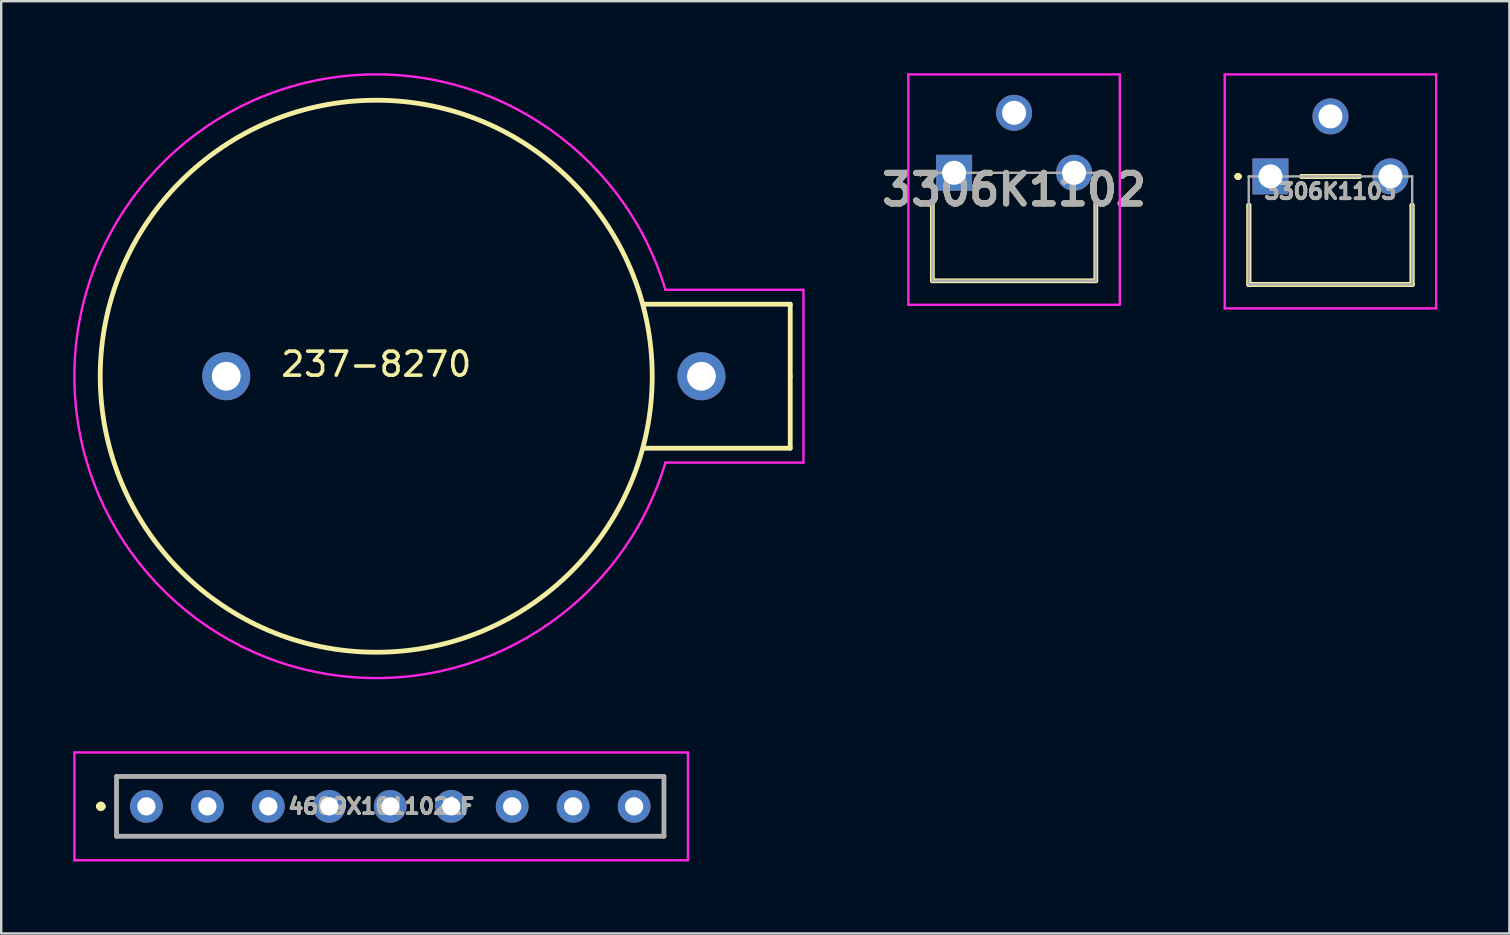
<source format=kicad_pcb>
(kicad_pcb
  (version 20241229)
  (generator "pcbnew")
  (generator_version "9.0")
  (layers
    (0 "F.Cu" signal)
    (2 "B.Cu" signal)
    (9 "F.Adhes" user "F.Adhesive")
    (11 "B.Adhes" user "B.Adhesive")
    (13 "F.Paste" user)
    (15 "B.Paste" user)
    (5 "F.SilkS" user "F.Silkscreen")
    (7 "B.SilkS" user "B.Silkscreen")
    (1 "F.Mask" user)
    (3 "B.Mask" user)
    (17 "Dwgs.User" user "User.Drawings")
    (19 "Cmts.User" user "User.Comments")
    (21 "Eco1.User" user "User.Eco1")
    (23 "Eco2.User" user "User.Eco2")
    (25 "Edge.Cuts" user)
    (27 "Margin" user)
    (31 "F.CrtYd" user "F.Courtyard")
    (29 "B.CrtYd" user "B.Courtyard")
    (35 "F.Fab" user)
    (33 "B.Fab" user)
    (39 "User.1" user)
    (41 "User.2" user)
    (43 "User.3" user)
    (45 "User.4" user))
  (footprint "237-8270"
    (layer "F.Cu")
    (at 12.626 12.626)
    (property "Reference" "237-8270" (at 0 -0.5 0) (unlocked yes) (layer "F.SilkS") (effects (font (size 1 1) (thickness 0.15))))
    (attr through_hole)
    (fp_line (start 17.25 -3) (end 11.2 -3) (stroke (width 0.2) (type default)) (layer "F.SilkS"))
    (fp_line (start 17.25 0) (end 17.25 -3) (stroke (width 0.2) (type default)) (layer "F.SilkS"))
    (fp_line (start 17.25 3) (end 11.2 3) (stroke (width 0.2) (type default)) (layer "F.SilkS"))
    (fp_line (start 17.25 3) (end 17.25 0) (stroke (width 0.2) (type default)) (layer "F.SilkS"))
    (fp_circle (center 0 0) (end 11.5 0) (stroke (width 0.2) (type default)) (fill no) (layer "F.SilkS"))
    (fp_line (start 12.05 -3.6) (end 17.8 -3.6) (stroke (width 0.1) (type default)) (layer "F.CrtYd"))
    (fp_line (start 17.8 -3.6) (end 17.8 3.6) (stroke (width 0.1) (type default)) (layer "F.CrtYd"))
    (fp_line (start 17.8 3.6) (end 12.05 3.6) (stroke (width 0.1) (type default)) (layer "F.CrtYd"))
    (fp_arc (start 12.05 3.6) (mid -12.576267 0) (end 12.05 -3.6) (stroke (width 0.1) (type default)) (layer "F.CrtYd"))
    (pad "1" thru_hole circle (at 13.55 0) (size 2 2) (drill 1.2) (layers "*.Cu" "*.Mask"))
    (pad "2" thru_hole circle (at -6.25 0) (size 2 2) (drill 1.2) (layers "*.Cu" "*.Mask")))
  (footprint "3306K1102"
    (layer "F.Cu")
    (at 36.703 4.15)
    (property "Reference" "3306K1102" (at 2.5 0.7 0) (layer "F.SilkS") (effects (font (size 1.27 1.27) (thickness 0.254))))
    (attr through_hole)
    (fp_line (start -1.4 0) (end -1.4 0) (stroke (width 0.1) (type solid)) (layer "F.SilkS"))
    (fp_line (start -1.4 0.1) (end -1.4 0.1) (stroke (width 0.1) (type solid)) (layer "F.SilkS"))
    (fp_line (start -0.905 1.3) (end -0.905 4.5) (stroke (width 0.2) (type solid)) (layer "F.SilkS"))
    (fp_line (start -0.905 4.5) (end 5.905 4.5) (stroke (width 0.2) (type solid)) (layer "F.SilkS"))
    (fp_line (start 5.905 4.5) (end 5.905 1.3) (stroke (width 0.2) (type solid)) (layer "F.SilkS"))
    (fp_arc (start -1.4 0) (mid -1.35 0.05) (end -1.4 0.1) (stroke (width 0.1) (type solid)) (layer "F.SilkS"))
    (fp_arc (start -1.4 0.1) (mid -1.45 0.05) (end -1.4 0) (stroke (width 0.1) (type solid)) (layer "F.SilkS"))
    (fp_line (start -1.905 -4.1) (end 6.905 -4.1) (stroke (width 0.1) (type solid)) (layer "F.CrtYd"))
    (fp_line (start -1.905 5.5) (end -1.905 -4.1) (stroke (width 0.1) (type solid)) (layer "F.CrtYd"))
    (fp_line (start 6.905 -4.1) (end 6.905 5.5) (stroke (width 0.1) (type solid)) (layer "F.CrtYd"))
    (fp_line (start 6.905 5.5) (end -1.905 5.5) (stroke (width 0.1) (type solid)) (layer "F.CrtYd"))
    (fp_line (start -0.905 0) (end 5.905 0) (stroke (width 0.1) (type solid)) (layer "F.Fab"))
    (fp_line (start -0.905 4.5) (end -0.905 0) (stroke (width 0.1) (type solid)) (layer "F.Fab"))
    (fp_line (start 5.905 0) (end 5.905 4.5) (stroke (width 0.1) (type solid)) (layer "F.Fab"))
    (fp_line (start 5.905 4.5) (end -0.905 4.5) (stroke (width 0.1) (type solid)) (layer "F.Fab"))
    (fp_text user "${REFERENCE}" (at 2.5 0.7 0) (layer "F.Fab") (effects (font (size 1.27 1.27) (thickness 0.254))))
    (pad "1" thru_hole rect (at 0 0) (size 1.5 1.5) (drill 1) (layers "*.Cu" "*.Mask"))
    (pad "2" thru_hole circle (at 2.5 -2.5) (size 1.5 1.5) (drill 1) (layers "*.Cu" "*.Mask"))
    (pad "3" thru_hole circle (at 5 0) (size 1.5 1.5) (drill 1) (layers "*.Cu" "*.Mask")))
  (footprint "3306K1103"
    (layer "F.Cu")
    (at 49.885 4.3)
    (property "Reference" "3306K1103" (at 2.5 0.625 0) (layer "F.SilkS") (effects (font (size 0.635 0.635) (thickness 0.15))))
    (attr through_hole)
    (fp_line (start -1.4 0) (end -1.4 0) (stroke (width 0.2) (type solid)) (layer "F.SilkS"))
    (fp_line (start -1.4 0) (end -1.4 0) (stroke (width 0.2) (type solid)) (layer "F.SilkS"))
    (fp_line (start -1.3 0) (end -1.3 0) (stroke (width 0.2) (type solid)) (layer "F.SilkS"))
    (fp_line (start -0.905 4.5) (end -0.905 4.5) (stroke (width 0.2) (type solid)) (layer "F.SilkS"))
    (fp_line (start -0.905 4.5) (end 5.905 4.5) (stroke (width 0.2) (type solid)) (layer "F.SilkS"))
    (fp_line (start -0.9 1.2) (end -0.9 1.2) (stroke (width 0.2) (type solid)) (layer "F.SilkS"))
    (fp_line (start -0.9 1.2) (end -0.9 4.4) (stroke (width 0.2) (type solid)) (layer "F.SilkS"))
    (fp_line (start -0.9 4.4) (end -0.9 1.2) (stroke (width 0.2) (type solid)) (layer "F.SilkS"))
    (fp_line (start -0.9 4.4) (end -0.9 4.4) (stroke (width 0.2) (type solid)) (layer "F.SilkS"))
    (fp_line (start 1.3 0) (end 1.3 0) (stroke (width 0.2) (type solid)) (layer "F.SilkS"))
    (fp_line (start 1.3 0) (end 3.7 0) (stroke (width 0.2) (type solid)) (layer "F.SilkS"))
    (fp_line (start 3.7 0) (end 1.3 0) (stroke (width 0.2) (type solid)) (layer "F.SilkS"))
    (fp_line (start 3.7 0) (end 3.7 0) (stroke (width 0.2) (type solid)) (layer "F.SilkS"))
    (fp_line (start 5.9 1.2) (end 5.9 1.2) (stroke (width 0.2) (type solid)) (layer "F.SilkS"))
    (fp_line (start 5.9 1.2) (end 5.9 4.5) (stroke (width 0.2) (type solid)) (layer "F.SilkS"))
    (fp_line (start 5.9 4.5) (end 5.9 1.2) (stroke (width 0.2) (type solid)) (layer "F.SilkS"))
    (fp_line (start 5.9 4.5) (end 5.9 4.5) (stroke (width 0.2) (type solid)) (layer "F.SilkS"))
    (fp_line (start 5.905 4.5) (end -0.905 4.5) (stroke (width 0.2) (type solid)) (layer "F.SilkS"))
    (fp_line (start 5.905 4.5) (end 5.905 4.5) (stroke (width 0.2) (type solid)) (layer "F.SilkS"))
    (fp_arc (start -1.4 0) (mid -1.35 -0.05) (end -1.3 0) (stroke (width 0.2) (type solid)) (layer "F.SilkS"))
    (fp_arc (start -1.3 0) (mid -1.35 0.05) (end -1.4 0) (stroke (width 0.2) (type solid)) (layer "F.SilkS"))
    (fp_arc (start -1.3 0) (mid -1.35 0.05) (end -1.4 0) (stroke (width 0.2) (type solid)) (layer "F.SilkS"))
    (fp_line (start -1.905 -4.25) (end 6.905 -4.25) (stroke (width 0.1) (type solid)) (layer "F.CrtYd"))
    (fp_line (start -1.905 5.5) (end -1.905 -4.25) (stroke (width 0.1) (type solid)) (layer "F.CrtYd"))
    (fp_line (start 6.905 -4.25) (end 6.905 5.5) (stroke (width 0.1) (type solid)) (layer "F.CrtYd"))
    (fp_line (start 6.905 5.5) (end -1.905 5.5) (stroke (width 0.1) (type solid)) (layer "F.CrtYd"))
    (fp_line (start -0.905 0) (end -0.905 4.5) (stroke (width 0.1) (type solid)) (layer "F.Fab"))
    (fp_line (start -0.905 4.5) (end 5.905 4.5) (stroke (width 0.1) (type solid)) (layer "F.Fab"))
    (fp_line (start 5.905 0) (end -0.905 0) (stroke (width 0.1) (type solid)) (layer "F.Fab"))
    (fp_line (start 5.905 4.5) (end 5.905 0) (stroke (width 0.1) (type solid)) (layer "F.Fab"))
    (fp_text user "${REFERENCE}" (at 2.5 0.625 0) (layer "F.Fab") (effects (font (size 0.635 0.635) (thickness 0.15))))
    (pad "1" thru_hole rect (at 0 0) (size 1.5 1.5) (drill 1) (layers "*.Cu" "*.Mask"))
    (pad "2" thru_hole circle (at 2.5 -2.5) (size 1.5 1.5) (drill 1) (layers "*.Cu" "*.Mask"))
    (pad "3" thru_hole circle (at 5 0) (size 1.5 1.5) (drill 1) (layers "*.Cu" "*.Mask")))
  (footprint "4609X101102LF"
    (layer "F.Cu")
    (at 3.05 30.548)
    (property "Reference" "4609X101102LF" (at 9.783 0 0) (layer "F.SilkS") (effects (font (size 0.635 0.635) (thickness 0.15))))
    (attr through_hole)
    (fp_line (start -2 0) (end -2 0) (stroke (width 0.2) (type solid)) (layer "F.SilkS"))
    (fp_line (start -1.8 0) (end -1.8 0) (stroke (width 0.2) (type solid)) (layer "F.SilkS"))
    (fp_line (start -1.245 -1.245) (end 21.565 -1.245) (stroke (width 0.1) (type solid)) (layer "F.SilkS"))
    (fp_line (start -1.245 1.245) (end -1.245 -1.245) (stroke (width 0.1) (type solid)) (layer "F.SilkS"))
    (fp_line (start 21.565 -1.245) (end 21.565 1.245) (stroke (width 0.1) (type solid)) (layer "F.SilkS"))
    (fp_line (start 21.565 1.245) (end -1.245 1.245) (stroke (width 0.1) (type solid)) (layer "F.SilkS"))
    (fp_arc (start -2 0) (mid -1.9 -0.1) (end -1.8 0) (stroke (width 0.2) (type solid)) (layer "F.SilkS"))
    (fp_arc (start -1.8 0) (mid -1.9 0.1) (end -2 0) (stroke (width 0.2) (type solid)) (layer "F.SilkS"))
    (fp_line (start -3 -2.245) (end 22.565 -2.245) (stroke (width 0.1) (type solid)) (layer "F.CrtYd"))
    (fp_line (start -3 2.245) (end -3 -2.245) (stroke (width 0.1) (type solid)) (layer "F.CrtYd"))
    (fp_line (start 22.565 -2.245) (end 22.565 2.245) (stroke (width 0.1) (type solid)) (layer "F.CrtYd"))
    (fp_line (start 22.565 2.245) (end -3 2.245) (stroke (width 0.1) (type solid)) (layer "F.CrtYd"))
    (fp_line (start -1.245 -1.245) (end 21.565 -1.245) (stroke (width 0.2) (type solid)) (layer "F.Fab"))
    (fp_line (start -1.245 1.245) (end -1.245 -1.245) (stroke (width 0.2) (type solid)) (layer "F.Fab"))
    (fp_line (start 21.565 -1.245) (end 21.565 1.245) (stroke (width 0.2) (type solid)) (layer "F.Fab"))
    (fp_line (start 21.565 1.245) (end -1.245 1.245) (stroke (width 0.2) (type solid)) (layer "F.Fab"))
    (fp_text user "${REFERENCE}" (at 9.783 0 0) (layer "F.Fab") (effects (font (size 0.635 0.635) (thickness 0.15))))
    (pad "1" thru_hole circle (at 0 0) (size 1.365 1.365) (drill 0.758) (layers "*.Cu" "*.Mask"))
    (pad "2" thru_hole circle (at 2.54 0) (size 1.365 1.365) (drill 0.758) (layers "*.Cu" "*.Mask"))
    (pad "3" thru_hole circle (at 5.08 0) (size 1.365 1.365) (drill 0.758) (layers "*.Cu" "*.Mask"))
    (pad "4" thru_hole circle (at 7.62 0) (size 1.365 1.365) (drill 0.758) (layers "*.Cu" "*.Mask"))
    (pad "5" thru_hole circle (at 10.16 0) (size 1.365 1.365) (drill 0.758) (layers "*.Cu" "*.Mask"))
    (pad "6" thru_hole circle (at 12.7 0) (size 1.365 1.365) (drill 0.758) (layers "*.Cu" "*.Mask"))
    (pad "7" thru_hole circle (at 15.24 0) (size 1.365 1.365) (drill 0.758) (layers "*.Cu" "*.Mask"))
    (pad "8" thru_hole circle (at 17.78 0) (size 1.365 1.365) (drill 0.758) (layers "*.Cu" "*.Mask"))
    (pad "9" thru_hole circle (at 20.32 0) (size 1.365 1.365) (drill 0.758) (layers "*.Cu" "*.Mask")))
  (gr_rect
    (start -3 -3)
    (end 59.84 35.843)
    (stroke (width 0.1) (type default))
    (fill no)
    (layer "Edge.Cuts")))
</source>
